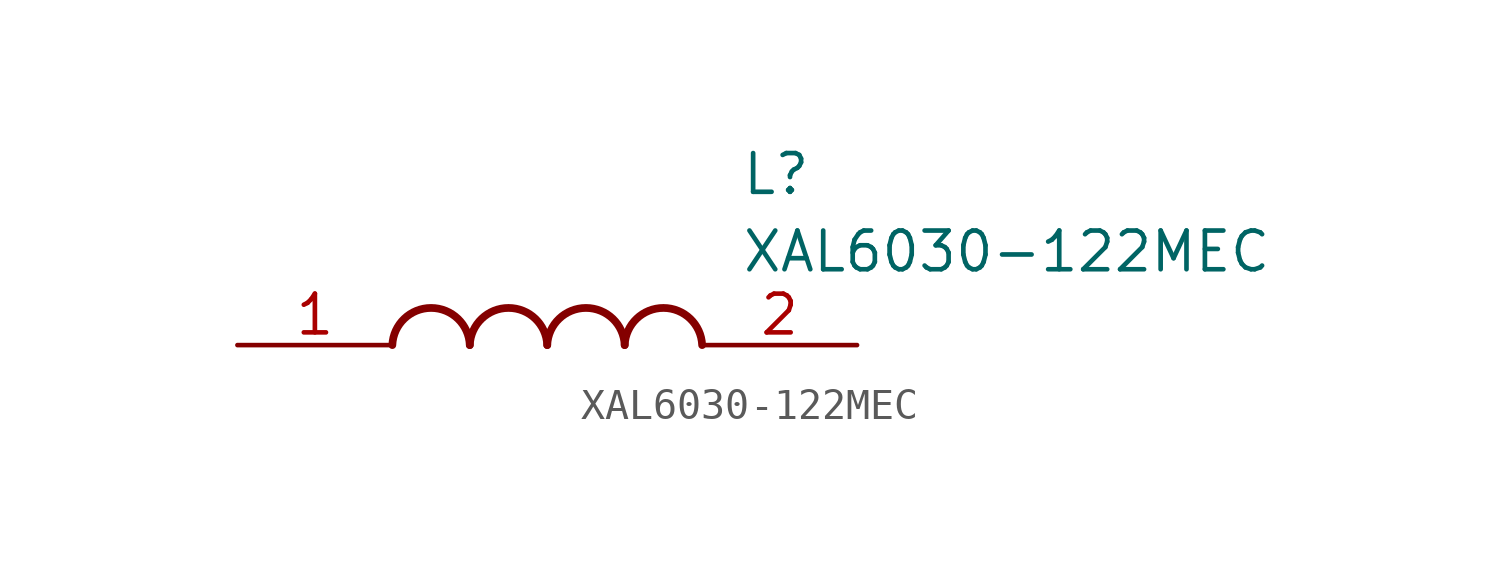
<source format=kicad_sym>
(kicad_symbol_lib
  (version 20211014)
  (generator SamacSys_ECAD_Model)
  (symbol "XAL6030-122MEC"
    (pin_names hide)
    (property "Reference" "L"
      (at 16.51 6.35 0)
      (effects (font (size 1.27 1.27)) (justify left top)))
    (property "Value" "XAL6030-122MEC"
      (at 16.51 3.81 0)
      (effects (font (size 1.27 1.27)) (justify left top)))
    (arc
      (start 7.62 0)
      (mid 6.35 1.219)
      (end 5.08 0)
      (stroke (width 0.254) (type default))
      (fill (type none)))
    (arc
      (start 10.16 0)
      (mid 8.89 1.219)
      (end 7.62 0)
      (stroke (width 0.254) (type default))
      (fill (type none)))
    (arc
      (start 12.7 0)
      (mid 11.43 1.219)
      (end 10.16 0)
      (stroke (width 0.254) (type default))
      (fill (type none)))
    (arc
      (start 15.24 0)
      (mid 13.97 1.219)
      (end 12.7 0)
      (stroke (width 0.254) (type default))
      (fill (type none)))
    (pin passive line
      (at 0 0 0)
      (length 5.08)
      (name "1" (effects (font (size 1.27 1.27))))
      (number "1" (effects (font (size 1.27 1.27)))))
    (pin passive line
      (at 20.32 0 180)
      (length 5.08)
      (name "2" (effects (font (size 1.27 1.27))))
      (number "2" (effects (font (size 1.27 1.27)))))))
</source>
